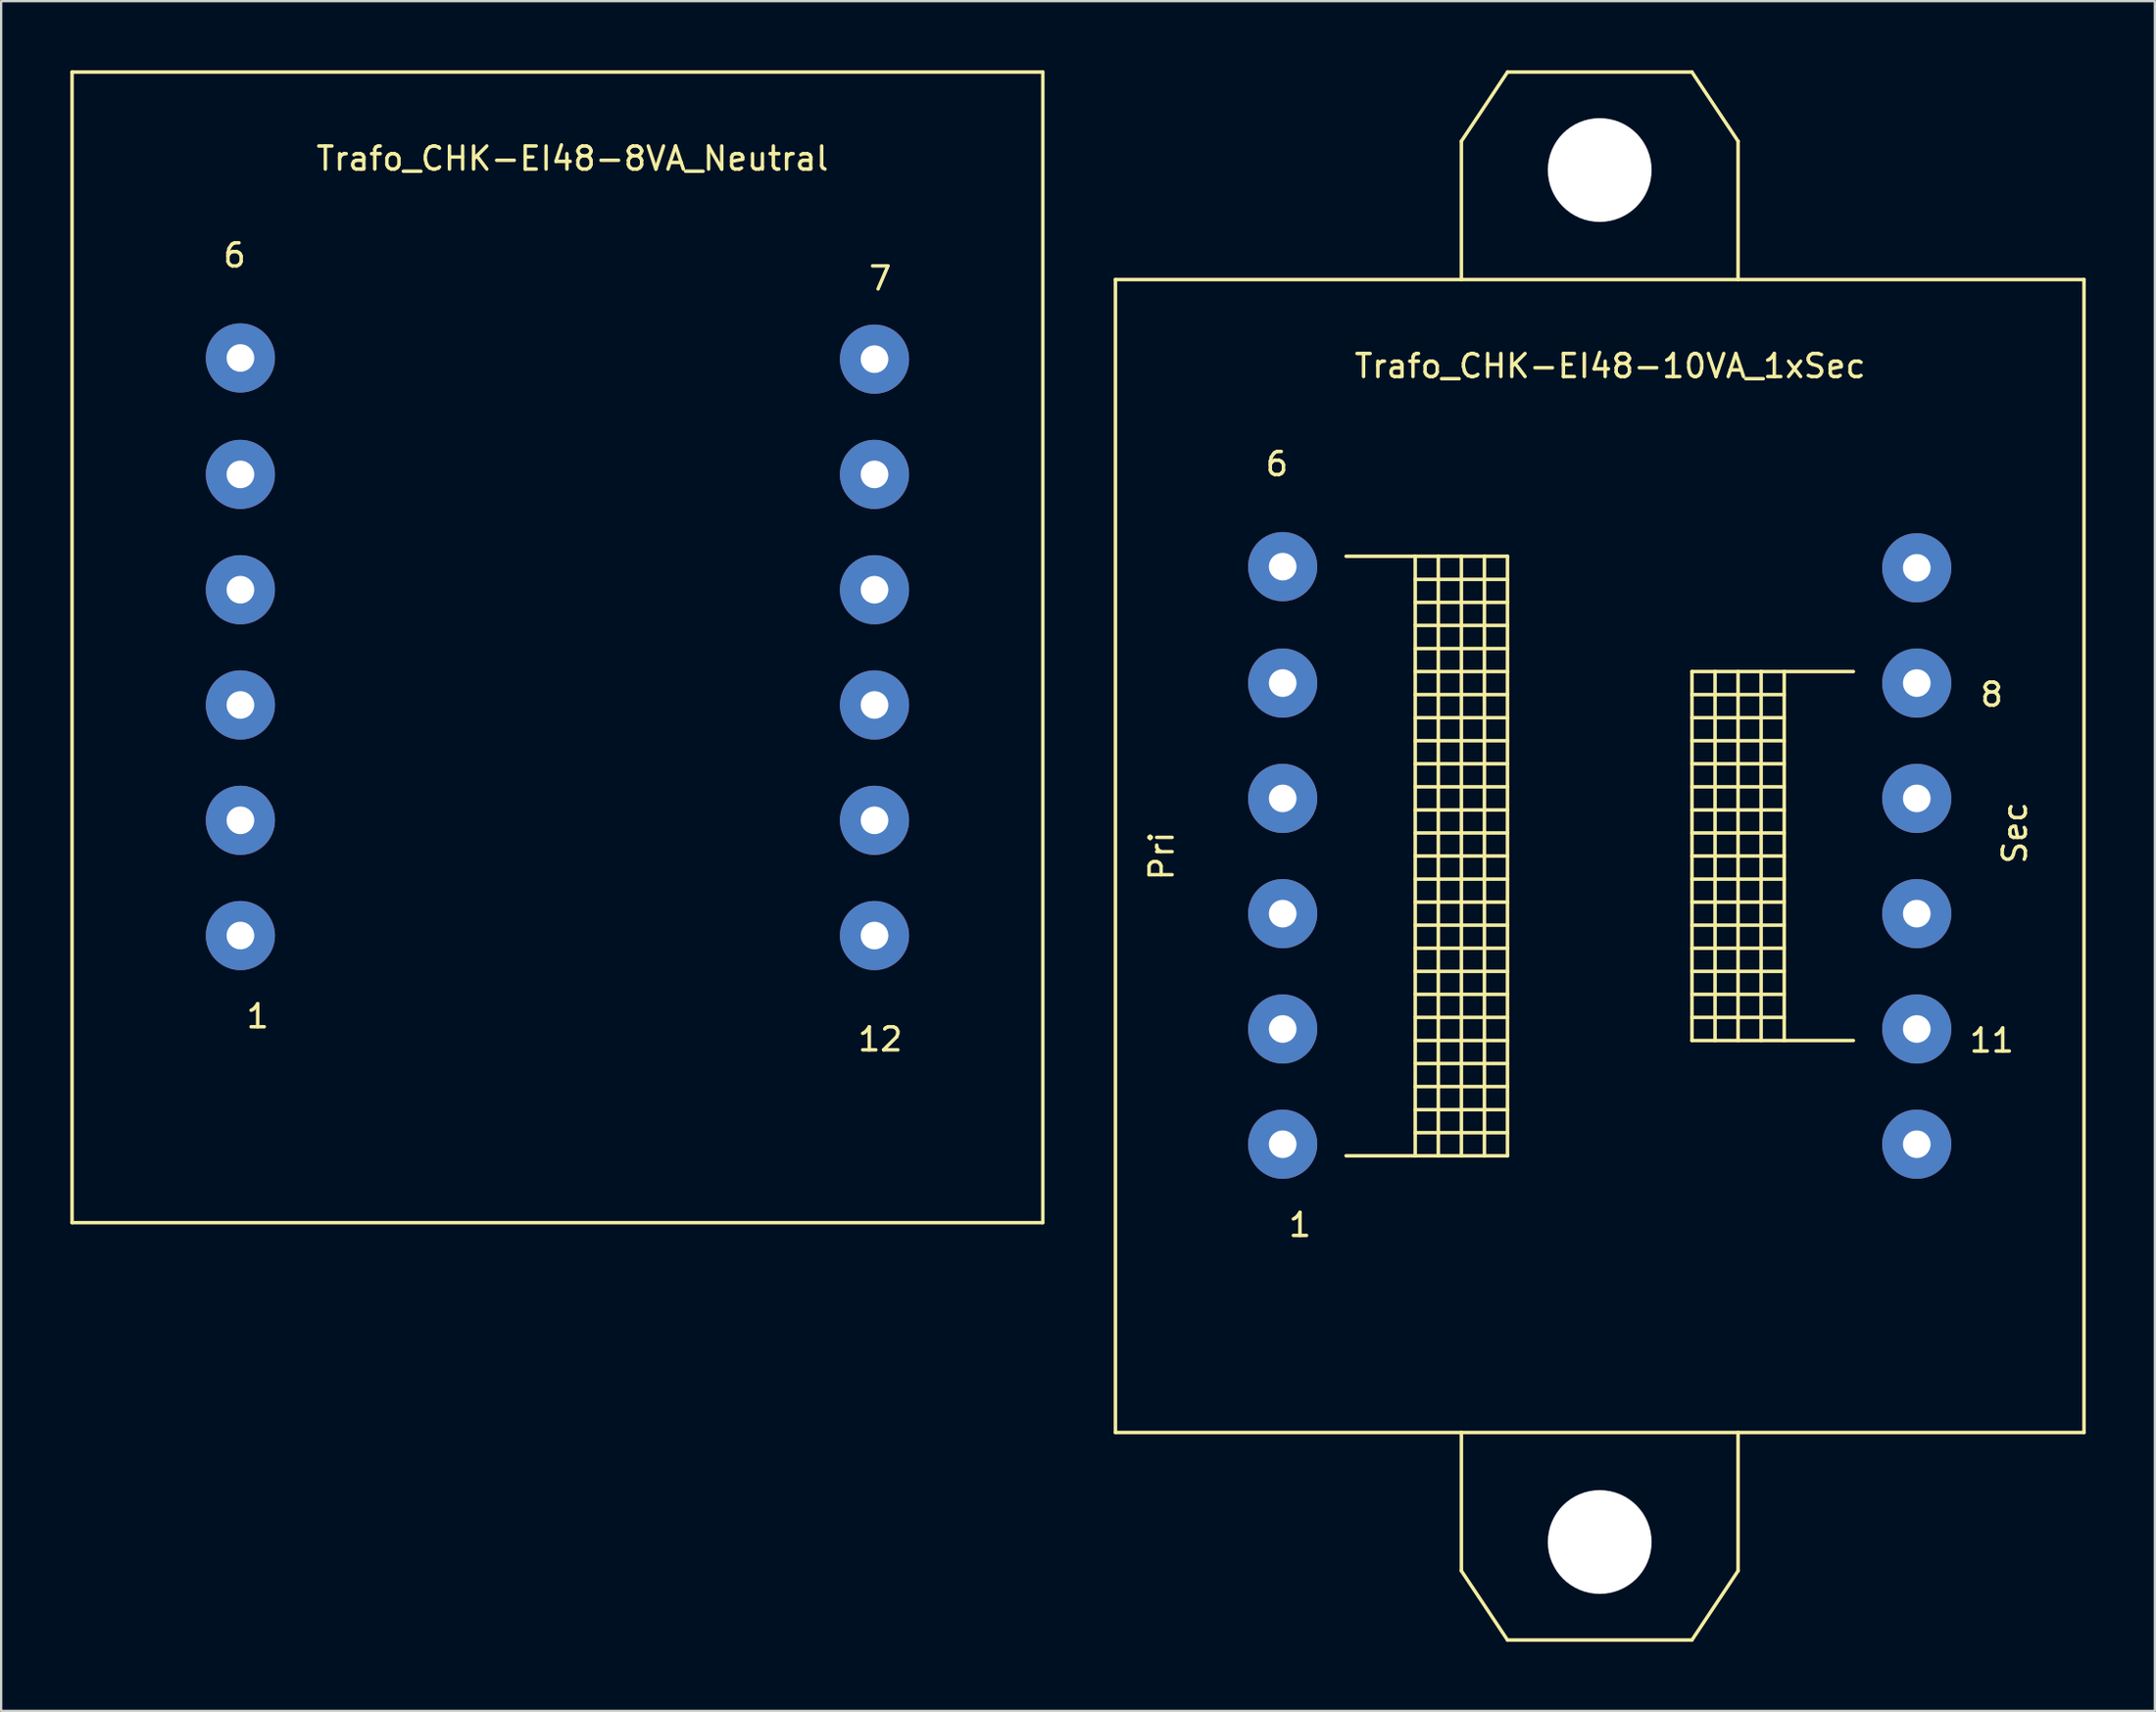
<source format=kicad_pcb>
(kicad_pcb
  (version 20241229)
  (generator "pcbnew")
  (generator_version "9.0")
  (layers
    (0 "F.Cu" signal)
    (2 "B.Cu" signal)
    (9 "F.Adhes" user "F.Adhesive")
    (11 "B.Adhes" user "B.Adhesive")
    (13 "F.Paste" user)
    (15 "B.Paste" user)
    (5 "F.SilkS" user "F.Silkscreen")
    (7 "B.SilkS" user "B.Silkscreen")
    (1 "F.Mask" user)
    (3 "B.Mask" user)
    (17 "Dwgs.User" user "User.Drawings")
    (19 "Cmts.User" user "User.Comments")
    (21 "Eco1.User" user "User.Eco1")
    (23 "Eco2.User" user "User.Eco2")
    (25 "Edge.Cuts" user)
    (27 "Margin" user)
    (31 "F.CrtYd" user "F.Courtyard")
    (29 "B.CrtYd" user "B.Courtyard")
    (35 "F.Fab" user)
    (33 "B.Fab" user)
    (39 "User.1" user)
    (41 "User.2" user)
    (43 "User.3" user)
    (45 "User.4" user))
  (footprint "Trafo_CHK-EI48-10VA_1xSec"
    (layer "F.Cu")
    (at 66.324 34.075)
    (property "Reference" "Trafo_CHK-EI48-10VA_1xSec" (at 0.45 -21.25 0) (layer "F.SilkS") (effects (font (size 1 1) (thickness 0.15))))
    (attr through_hole)
    (fp_line (start -21.001 -25.001) (end -21.001 25.001) (stroke (width 0.15) (type solid)) (layer "F.SilkS"))
    (fp_line (start -21.001 25.001) (end 21.001 25.001) (stroke (width 0.15) (type solid)) (layer "F.SilkS"))
    (fp_line (start -11.001 13) (end -8.001 13) (stroke (width 0.15) (type solid)) (layer "F.SilkS"))
    (fp_line (start -8.001 -13) (end -11.001 -13) (stroke (width 0.15) (type solid)) (layer "F.SilkS"))
    (fp_line (start -8.001 -13) (end -7 -13) (stroke (width 0.15) (type solid)) (layer "F.SilkS"))
    (fp_line (start -8.001 -11.999) (end -4 -11.999) (stroke (width 0.15) (type solid)) (layer "F.SilkS"))
    (fp_line (start -8.001 -11.001) (end -4 -11.001) (stroke (width 0.15) (type solid)) (layer "F.SilkS"))
    (fp_line (start -8.001 -10) (end -4 -10) (stroke (width 0.15) (type solid)) (layer "F.SilkS"))
    (fp_line (start -8.001 -8.999) (end -4 -8.999) (stroke (width 0.15) (type solid)) (layer "F.SilkS"))
    (fp_line (start -8.001 -8.001) (end -4 -8.001) (stroke (width 0.15) (type solid)) (layer "F.SilkS"))
    (fp_line (start -8.001 -7) (end -4 -7) (stroke (width 0.15) (type solid)) (layer "F.SilkS"))
    (fp_line (start -8.001 -5.999) (end -4 -5.999) (stroke (width 0.15) (type solid)) (layer "F.SilkS"))
    (fp_line (start -8.001 -5.001) (end -4 -5.001) (stroke (width 0.15) (type solid)) (layer "F.SilkS"))
    (fp_line (start -8.001 -4) (end -4 -4) (stroke (width 0.15) (type solid)) (layer "F.SilkS"))
    (fp_line (start -8.001 -3) (end -4 -3) (stroke (width 0.15) (type solid)) (layer "F.SilkS"))
    (fp_line (start -8.001 -1.999) (end -4 -1.999) (stroke (width 0.15) (type solid)) (layer "F.SilkS"))
    (fp_line (start -8.001 -1.001) (end -4 -1.001) (stroke (width 0.15) (type solid)) (layer "F.SilkS"))
    (fp_line (start -8.001 0) (end -4 0) (stroke (width 0.15) (type solid)) (layer "F.SilkS"))
    (fp_line (start -8.001 1.001) (end -4 1.001) (stroke (width 0.15) (type solid)) (layer "F.SilkS"))
    (fp_line (start -8.001 1.999) (end -4 1.999) (stroke (width 0.15) (type solid)) (layer "F.SilkS"))
    (fp_line (start -8.001 3) (end -4 3) (stroke (width 0.15) (type solid)) (layer "F.SilkS"))
    (fp_line (start -8.001 4) (end -4 4) (stroke (width 0.15) (type solid)) (layer "F.SilkS"))
    (fp_line (start -8.001 5.001) (end -4 5.001) (stroke (width 0.15) (type solid)) (layer "F.SilkS"))
    (fp_line (start -8.001 7) (end -4 7) (stroke (width 0.15) (type solid)) (layer "F.SilkS"))
    (fp_line (start -8.001 8.001) (end -4 8.001) (stroke (width 0.15) (type solid)) (layer "F.SilkS"))
    (fp_line (start -8.001 8.999) (end -4 8.999) (stroke (width 0.15) (type solid)) (layer "F.SilkS"))
    (fp_line (start -8.001 10) (end -4 10) (stroke (width 0.15) (type solid)) (layer "F.SilkS"))
    (fp_line (start -8.001 11.999) (end -4 11.999) (stroke (width 0.15) (type solid)) (layer "F.SilkS"))
    (fp_line (start -8.001 13) (end -8.001 -13) (stroke (width 0.15) (type solid)) (layer "F.SilkS"))
    (fp_line (start -7 -13) (end -7 13) (stroke (width 0.15) (type solid)) (layer "F.SilkS"))
    (fp_line (start -7 -13) (end -5.999 -13) (stroke (width 0.15) (type solid)) (layer "F.SilkS"))
    (fp_line (start -7 5.999) (end -8.001 5.999) (stroke (width 0.15) (type solid)) (layer "F.SilkS"))
    (fp_line (start -7 5.999) (end -4 5.999) (stroke (width 0.15) (type solid)) (layer "F.SilkS"))
    (fp_line (start -7 11.001) (end -8.001 11.001) (stroke (width 0.15) (type solid)) (layer "F.SilkS"))
    (fp_line (start -7 11.001) (end -4 11.001) (stroke (width 0.15) (type solid)) (layer "F.SilkS"))
    (fp_line (start -7 13) (end -8.001 13) (stroke (width 0.15) (type solid)) (layer "F.SilkS"))
    (fp_line (start -5.999 -31.001) (end -5.999 -25.001) (stroke (width 0.15) (type solid)) (layer "F.SilkS"))
    (fp_line (start -5.999 -13) (end -5.999 13) (stroke (width 0.15) (type solid)) (layer "F.SilkS"))
    (fp_line (start -5.999 -13) (end -5.001 -13) (stroke (width 0.15) (type solid)) (layer "F.SilkS"))
    (fp_line (start -5.999 13) (end -7 13) (stroke (width 0.15) (type solid)) (layer "F.SilkS"))
    (fp_line (start -5.999 31.001) (end -5.999 25.001) (stroke (width 0.15) (type solid)) (layer "F.SilkS"))
    (fp_line (start -5.001 -13) (end -5.001 13) (stroke (width 0.15) (type solid)) (layer "F.SilkS"))
    (fp_line (start -5.001 -13) (end -4 -13) (stroke (width 0.15) (type solid)) (layer "F.SilkS"))
    (fp_line (start -5.001 13) (end -5.999 13) (stroke (width 0.15) (type solid)) (layer "F.SilkS"))
    (fp_line (start -4 -34) (end -5.999 -31.001) (stroke (width 0.15) (type solid)) (layer "F.SilkS"))
    (fp_line (start -4 -13) (end -4 13) (stroke (width 0.15) (type solid)) (layer "F.SilkS"))
    (fp_line (start -4 13) (end -5.001 13) (stroke (width 0.15) (type solid)) (layer "F.SilkS"))
    (fp_line (start -4 34) (end -5.999 31.001) (stroke (width 0.15) (type solid)) (layer "F.SilkS"))
    (fp_line (start 4 -34) (end -4 -34) (stroke (width 0.15) (type solid)) (layer "F.SilkS"))
    (fp_line (start 4 -8.001) (end 4 8.001) (stroke (width 0.15) (type solid)) (layer "F.SilkS"))
    (fp_line (start 4 -7) (end 8.001 -7) (stroke (width 0.15) (type solid)) (layer "F.SilkS"))
    (fp_line (start 4 -5.999) (end 8.001 -5.999) (stroke (width 0.15) (type solid)) (layer "F.SilkS"))
    (fp_line (start 4 -5.001) (end 8.001 -5.001) (stroke (width 0.15) (type solid)) (layer "F.SilkS"))
    (fp_line (start 4 -4) (end 8.001 -4) (stroke (width 0.15) (type solid)) (layer "F.SilkS"))
    (fp_line (start 4 -3) (end 8.001 -3) (stroke (width 0.15) (type solid)) (layer "F.SilkS"))
    (fp_line (start 4 -1.001) (end 8.001 -1.001) (stroke (width 0.15) (type solid)) (layer "F.SilkS"))
    (fp_line (start 4 0) (end 8.001 0) (stroke (width 0.15) (type solid)) (layer "F.SilkS"))
    (fp_line (start 4 1.001) (end 8.001 1.001) (stroke (width 0.15) (type solid)) (layer "F.SilkS"))
    (fp_line (start 4 1.999) (end 8.001 1.999) (stroke (width 0.15) (type solid)) (layer "F.SilkS"))
    (fp_line (start 4 3) (end 8.001 3) (stroke (width 0.15) (type solid)) (layer "F.SilkS"))
    (fp_line (start 4 4) (end 8.001 4) (stroke (width 0.15) (type solid)) (layer "F.SilkS"))
    (fp_line (start 4 5.001) (end 8.001 5.001) (stroke (width 0.15) (type solid)) (layer "F.SilkS"))
    (fp_line (start 4 5.999) (end 8.001 5.999) (stroke (width 0.15) (type solid)) (layer "F.SilkS"))
    (fp_line (start 4 7) (end 8.001 7) (stroke (width 0.15) (type solid)) (layer "F.SilkS"))
    (fp_line (start 4 8.001) (end 5.001 8.001) (stroke (width 0.15) (type solid)) (layer "F.SilkS"))
    (fp_line (start 4 34) (end -4 34) (stroke (width 0.15) (type solid)) (layer "F.SilkS"))
    (fp_line (start 5.001 -8.001) (end 4 -8.001) (stroke (width 0.15) (type solid)) (layer "F.SilkS"))
    (fp_line (start 5.001 -8.001) (end 5.001 8.001) (stroke (width 0.15) (type solid)) (layer "F.SilkS"))
    (fp_line (start 5.001 -1.999) (end 4 -1.999) (stroke (width 0.15) (type solid)) (layer "F.SilkS"))
    (fp_line (start 5.001 -1.999) (end 8.001 -1.999) (stroke (width 0.15) (type solid)) (layer "F.SilkS"))
    (fp_line (start 5.001 8.001) (end 5.999 8.001) (stroke (width 0.15) (type solid)) (layer "F.SilkS"))
    (fp_line (start 5.999 -31.001) (end 4 -34) (stroke (width 0.15) (type solid)) (layer "F.SilkS"))
    (fp_line (start 5.999 -25.001) (end 5.999 -31.001) (stroke (width 0.15) (type solid)) (layer "F.SilkS"))
    (fp_line (start 5.999 -8.001) (end 5.001 -8.001) (stroke (width 0.15) (type solid)) (layer "F.SilkS"))
    (fp_line (start 5.999 -8.001) (end 5.999 8.001) (stroke (width 0.15) (type solid)) (layer "F.SilkS"))
    (fp_line (start 5.999 25.001) (end 5.999 31.001) (stroke (width 0.15) (type solid)) (layer "F.SilkS"))
    (fp_line (start 5.999 31.001) (end 4 34) (stroke (width 0.15) (type solid)) (layer "F.SilkS"))
    (fp_line (start 7 -8.001) (end 5.999 -8.001) (stroke (width 0.15) (type solid)) (layer "F.SilkS"))
    (fp_line (start 7 -8.001) (end 7 8.001) (stroke (width 0.15) (type solid)) (layer "F.SilkS"))
    (fp_line (start 7 8.001) (end 5.999 8.001) (stroke (width 0.15) (type solid)) (layer "F.SilkS"))
    (fp_line (start 7 8.001) (end 8.001 8.001) (stroke (width 0.15) (type solid)) (layer "F.SilkS"))
    (fp_line (start 8.001 -8.001) (end 7 -8.001) (stroke (width 0.15) (type solid)) (layer "F.SilkS"))
    (fp_line (start 8.001 -8.001) (end 8.001 8.001) (stroke (width 0.15) (type solid)) (layer "F.SilkS"))
    (fp_line (start 8.001 8.001) (end 11.001 8.001) (stroke (width 0.15) (type solid)) (layer "F.SilkS"))
    (fp_line (start 11.001 -8.001) (end 8.001 -8.001) (stroke (width 0.15) (type solid)) (layer "F.SilkS"))
    (fp_line (start 21.001 -25.001) (end -21.001 -25.001) (stroke (width 0.15) (type solid)) (layer "F.SilkS"))
    (fp_line (start 21.001 25.001) (end 21.001 -25.001) (stroke (width 0.15) (type solid)) (layer "F.SilkS"))
    (fp_text user "Pri" (at -18.999 0 90) (layer "F.SilkS") (effects (font (size 1 1) (thickness 0.15))))
    (fp_text user "8" (at 17 -7 0) (layer "F.SilkS") (effects (font (size 1 1) (thickness 0.15))))
    (fp_text user "11" (at 17 8.001 0) (layer "F.SilkS") (effects (font (size 1 1) (thickness 0.15))))
    (fp_text user "Sec" (at 18.001 -1.001 90) (layer "F.SilkS") (effects (font (size 1 1) (thickness 0.15))))
    (fp_text user "6" (at -14 -17 0) (layer "F.SilkS") (effects (font (size 1 1) (thickness 0.15))))
    (fp_text user "1" (at -13 15.999 0) (layer "F.SilkS") (effects (font (size 1 1) (thickness 0.15))))
    (pad "" np_thru_hole circle (at 0 -29.751) (size 4.501 4.501) (drill 4.501) (layers "*.Cu" "*.Mask"))
    (pad "" np_thru_hole circle (at 0 29.751) (size 4.501 4.501) (drill 4.501) (layers "*.Cu" "*.Mask"))
    (pad "1" thru_hole circle (at -13.749 12.499) (size 3 3) (drill 1.199) (layers "*.Cu" "*.Mask"))
    (pad "2" thru_hole circle (at -13.749 7.501) (size 3 3) (drill 1.199) (layers "*.Cu" "*.Mask"))
    (pad "3" thru_hole circle (at -13.749 2.499) (size 3 3) (drill 1.199) (layers "*.Cu" "*.Mask"))
    (pad "4" thru_hole circle (at -13.749 -2.499) (size 3 3) (drill 1.199) (layers "*.Cu" "*.Mask"))
    (pad "5" thru_hole circle (at -13.749 -7.501) (size 3 3) (drill 1.199) (layers "*.Cu" "*.Mask"))
    (pad "6" thru_hole circle (at -13.749 -12.55) (size 3 3) (drill 1.199) (layers "*.Cu" "*.Mask"))
    (pad "7" thru_hole circle (at 13.749 -12.499) (size 3 3) (drill 1.199) (layers "*.Cu" "*.Mask"))
    (pad "8" thru_hole circle (at 13.749 -7.501) (size 3 3) (drill 1.199) (layers "*.Cu" "*.Mask"))
    (pad "9" thru_hole circle (at 13.749 -2.499) (size 3 3) (drill 1.199) (layers "*.Cu" "*.Mask"))
    (pad "10" thru_hole circle (at 13.749 2.499) (size 3 3) (drill 1.199) (layers "*.Cu" "*.Mask"))
    (pad "11" thru_hole circle (at 13.749 7.501) (size 3 3) (drill 1.199) (layers "*.Cu" "*.Mask"))
    (pad "12" thru_hole circle (at 13.749 12.499) (size 3 3) (drill 1.199) (layers "*.Cu" "*.Mask")))
  (footprint "Trafo_CHK-EI48-8VA_Neutral"
    (layer "F.Cu")
    (at 21.124 25.025)
    (property "Reference" "Trafo_CHK-EI48-8VA_Neutral" (at 0.65 -21.199 0) (layer "F.SilkS") (effects (font (size 1 1) (thickness 0.15))))
    (attr through_hole)
    (fp_line (start -21.049 -24.95) (end 21.049 -24.95) (stroke (width 0.15) (type solid)) (layer "F.SilkS"))
    (fp_line (start -21.049 24.95) (end -21.049 -24.95) (stroke (width 0.15) (type solid)) (layer "F.SilkS"))
    (fp_line (start 21.049 -24.95) (end 21.049 24.95) (stroke (width 0.15) (type solid)) (layer "F.SilkS"))
    (fp_line (start 21.049 24.95) (end -21.049 24.95) (stroke (width 0.15) (type solid)) (layer "F.SilkS"))
    (fp_text user "1" (at -13 15.999 0) (layer "F.SilkS") (effects (font (size 1 1) (thickness 0.15))))
    (fp_text user "7" (at 14 -15.999 0) (layer "F.SilkS") (effects (font (size 1 1) (thickness 0.15))))
    (fp_text user "12" (at 14 17 0) (layer "F.SilkS") (effects (font (size 1 1) (thickness 0.15))))
    (fp_text user "6" (at -14 -17 0) (layer "F.SilkS") (effects (font (size 1 1) (thickness 0.15))))
    (pad "1" thru_hole circle (at -13.749 12.499) (size 3 3) (drill 1.199) (layers "*.Cu" "*.Mask"))
    (pad "2" thru_hole circle (at -13.749 7.501) (size 3 3) (drill 1.199) (layers "*.Cu" "*.Mask"))
    (pad "3" thru_hole circle (at -13.749 2.499) (size 3 3) (drill 1.199) (layers "*.Cu" "*.Mask"))
    (pad "4" thru_hole circle (at -13.749 -2.499) (size 3 3) (drill 1.199) (layers "*.Cu" "*.Mask"))
    (pad "5" thru_hole circle (at -13.749 -7.501) (size 3 3) (drill 1.199) (layers "*.Cu" "*.Mask"))
    (pad "6" thru_hole circle (at -13.749 -12.55) (size 3 3) (drill 1.199) (layers "*.Cu" "*.Mask"))
    (pad "7" thru_hole circle (at 13.749 -12.499) (size 3 3) (drill 1.199) (layers "*.Cu" "*.Mask"))
    (pad "8" thru_hole circle (at 13.749 -7.501) (size 3 3) (drill 1.199) (layers "*.Cu" "*.Mask"))
    (pad "9" thru_hole circle (at 13.749 -2.499) (size 3 3) (drill 1.199) (layers "*.Cu" "*.Mask"))
    (pad "10" thru_hole circle (at 13.749 2.499) (size 3 3) (drill 1.199) (layers "*.Cu" "*.Mask"))
    (pad "11" thru_hole circle (at 13.749 7.501) (size 3 3) (drill 1.199) (layers "*.Cu" "*.Mask"))
    (pad "12" thru_hole circle (at 13.749 12.499) (size 3 3) (drill 1.199) (layers "*.Cu" "*.Mask")))
  (gr_rect
    (start -3 -3)
    (end 90.399 71.151)
    (stroke (width 0.1) (type default))
    (fill no)
    (layer "Edge.Cuts")))
</source>
